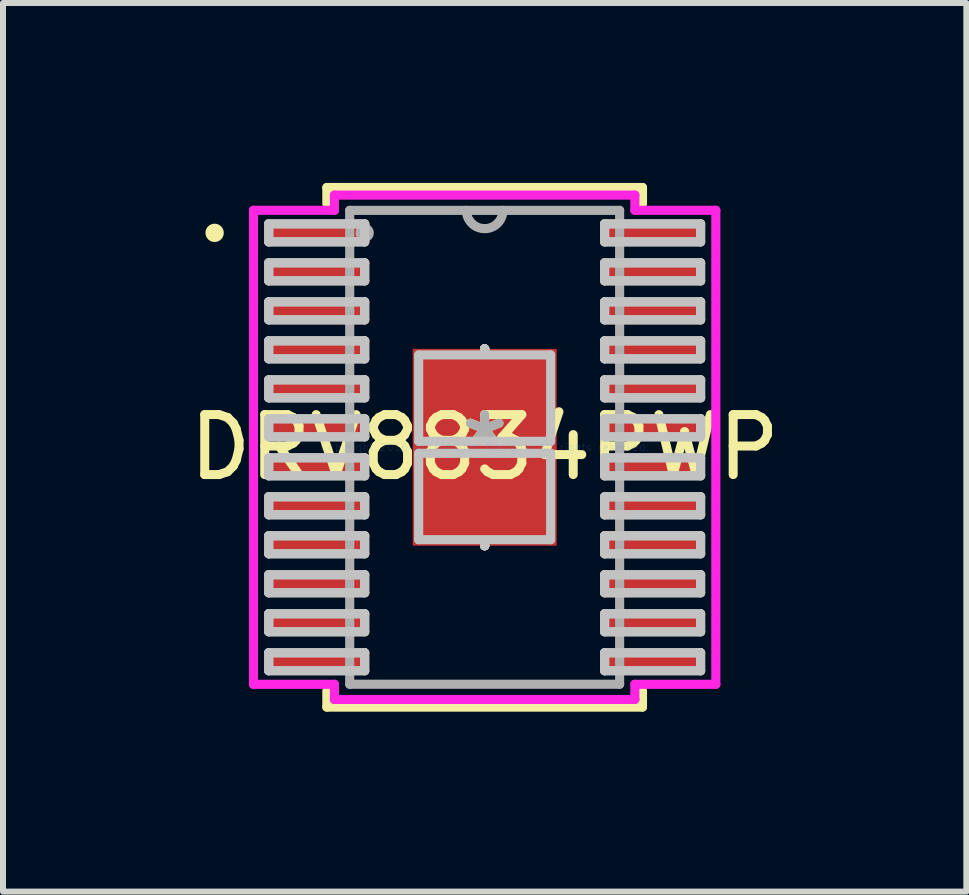
<source format=kicad_pcb>
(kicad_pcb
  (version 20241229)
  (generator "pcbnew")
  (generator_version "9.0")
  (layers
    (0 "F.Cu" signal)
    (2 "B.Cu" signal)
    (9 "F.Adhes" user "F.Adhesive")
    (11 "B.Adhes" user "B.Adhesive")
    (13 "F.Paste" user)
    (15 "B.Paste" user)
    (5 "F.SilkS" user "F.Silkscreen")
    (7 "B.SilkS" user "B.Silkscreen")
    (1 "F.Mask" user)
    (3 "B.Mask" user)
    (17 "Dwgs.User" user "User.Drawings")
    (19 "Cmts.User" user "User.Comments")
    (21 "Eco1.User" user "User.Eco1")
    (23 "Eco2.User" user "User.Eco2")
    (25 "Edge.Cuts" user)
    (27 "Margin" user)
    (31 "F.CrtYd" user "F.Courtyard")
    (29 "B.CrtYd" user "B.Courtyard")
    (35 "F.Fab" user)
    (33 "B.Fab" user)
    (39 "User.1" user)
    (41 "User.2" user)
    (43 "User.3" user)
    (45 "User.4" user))
  (footprint "DRV8834PWP"
    (layer "F.Cu")
    (at 5.03 4.407)
    (property "Reference" "DRV8834PWP" (at 0 0 0) (layer "F.SilkS") (effects (font (size 1 1) (thickness 0.15))))
    (attr through_hole)
    (fp_line (start -2.631 -4.331) (end -2.631 -4.058) (stroke (width 0.152) (type solid)) (layer "F.SilkS"))
    (fp_line (start -2.631 4.058) (end -2.631 4.331) (stroke (width 0.152) (type solid)) (layer "F.SilkS"))
    (fp_line (start -2.631 4.331) (end 2.631 4.331) (stroke (width 0.152) (type solid)) (layer "F.SilkS"))
    (fp_line (start 2.631 -4.331) (end -2.631 -4.331) (stroke (width 0.152) (type solid)) (layer "F.SilkS"))
    (fp_line (start 2.631 -4.058) (end 2.631 -4.331) (stroke (width 0.152) (type solid)) (layer "F.SilkS"))
    (fp_line (start 2.631 4.331) (end 2.631 4.058) (stroke (width 0.152) (type solid)) (layer "F.SilkS"))
    (fp_circle (center -4.502 -3.575) (end -4.425 -3.575) (stroke (width 0.152) (type solid)) (fill no) (layer "F.SilkS"))
    (fp_line (start -3.6 -3.725) (end -3.6 -3.425) (stroke (width 0.152) (type solid)) (layer "Dwgs.User"))
    (fp_line (start -3.6 -3.725) (end -3.6 -3.425) (stroke (width 0.152) (type solid)) (layer "Dwgs.User"))
    (fp_line (start -3.6 -3.425) (end -2 -3.425) (stroke (width 0.152) (type solid)) (layer "Dwgs.User"))
    (fp_line (start -3.6 -3.425) (end -2 -3.425) (stroke (width 0.152) (type solid)) (layer "Dwgs.User"))
    (fp_line (start -3.6 -3.075) (end -3.6 -2.775) (stroke (width 0.152) (type solid)) (layer "Dwgs.User"))
    (fp_line (start -3.6 -3.075) (end -3.6 -2.775) (stroke (width 0.152) (type solid)) (layer "Dwgs.User"))
    (fp_line (start -3.6 -2.775) (end -2 -2.775) (stroke (width 0.152) (type solid)) (layer "Dwgs.User"))
    (fp_line (start -3.6 -2.775) (end -2 -2.775) (stroke (width 0.152) (type solid)) (layer "Dwgs.User"))
    (fp_line (start -3.6 -2.425) (end -3.6 -2.125) (stroke (width 0.152) (type solid)) (layer "Dwgs.User"))
    (fp_line (start -3.6 -2.425) (end -3.6 -2.125) (stroke (width 0.152) (type solid)) (layer "Dwgs.User"))
    (fp_line (start -3.6 -2.125) (end -2 -2.125) (stroke (width 0.152) (type solid)) (layer "Dwgs.User"))
    (fp_line (start -3.6 -2.125) (end -2 -2.125) (stroke (width 0.152) (type solid)) (layer "Dwgs.User"))
    (fp_line (start -3.6 -1.775) (end -3.6 -1.475) (stroke (width 0.152) (type solid)) (layer "Dwgs.User"))
    (fp_line (start -3.6 -1.775) (end -3.6 -1.475) (stroke (width 0.152) (type solid)) (layer "Dwgs.User"))
    (fp_line (start -3.6 -1.475) (end -2 -1.475) (stroke (width 0.152) (type solid)) (layer "Dwgs.User"))
    (fp_line (start -3.6 -1.475) (end -2 -1.475) (stroke (width 0.152) (type solid)) (layer "Dwgs.User"))
    (fp_line (start -3.6 -1.125) (end -3.6 -0.825) (stroke (width 0.152) (type solid)) (layer "Dwgs.User"))
    (fp_line (start -3.6 -1.125) (end -3.6 -0.825) (stroke (width 0.152) (type solid)) (layer "Dwgs.User"))
    (fp_line (start -3.6 -0.825) (end -2 -0.825) (stroke (width 0.152) (type solid)) (layer "Dwgs.User"))
    (fp_line (start -3.6 -0.825) (end -2 -0.825) (stroke (width 0.152) (type solid)) (layer "Dwgs.User"))
    (fp_line (start -3.6 -0.475) (end -3.6 -0.175) (stroke (width 0.152) (type solid)) (layer "Dwgs.User"))
    (fp_line (start -3.6 -0.475) (end -3.6 -0.175) (stroke (width 0.152) (type solid)) (layer "Dwgs.User"))
    (fp_line (start -3.6 -0.175) (end -2 -0.175) (stroke (width 0.152) (type solid)) (layer "Dwgs.User"))
    (fp_line (start -3.6 -0.175) (end -2 -0.175) (stroke (width 0.152) (type solid)) (layer "Dwgs.User"))
    (fp_line (start -3.6 0.175) (end -3.6 0.475) (stroke (width 0.152) (type solid)) (layer "Dwgs.User"))
    (fp_line (start -3.6 0.175) (end -3.6 0.475) (stroke (width 0.152) (type solid)) (layer "Dwgs.User"))
    (fp_line (start -3.6 0.475) (end -2 0.475) (stroke (width 0.152) (type solid)) (layer "Dwgs.User"))
    (fp_line (start -3.6 0.475) (end -2 0.475) (stroke (width 0.152) (type solid)) (layer "Dwgs.User"))
    (fp_line (start -3.6 0.825) (end -3.6 1.125) (stroke (width 0.152) (type solid)) (layer "Dwgs.User"))
    (fp_line (start -3.6 0.825) (end -3.6 1.125) (stroke (width 0.152) (type solid)) (layer "Dwgs.User"))
    (fp_line (start -3.6 1.125) (end -2 1.125) (stroke (width 0.152) (type solid)) (layer "Dwgs.User"))
    (fp_line (start -3.6 1.125) (end -2 1.125) (stroke (width 0.152) (type solid)) (layer "Dwgs.User"))
    (fp_line (start -3.6 1.475) (end -3.6 1.775) (stroke (width 0.152) (type solid)) (layer "Dwgs.User"))
    (fp_line (start -3.6 1.475) (end -3.6 1.775) (stroke (width 0.152) (type solid)) (layer "Dwgs.User"))
    (fp_line (start -3.6 1.775) (end -2 1.775) (stroke (width 0.152) (type solid)) (layer "Dwgs.User"))
    (fp_line (start -3.6 1.775) (end -2 1.775) (stroke (width 0.152) (type solid)) (layer "Dwgs.User"))
    (fp_line (start -3.6 2.125) (end -3.6 2.425) (stroke (width 0.152) (type solid)) (layer "Dwgs.User"))
    (fp_line (start -3.6 2.125) (end -3.6 2.425) (stroke (width 0.152) (type solid)) (layer "Dwgs.User"))
    (fp_line (start -3.6 2.425) (end -2 2.425) (stroke (width 0.152) (type solid)) (layer "Dwgs.User"))
    (fp_line (start -3.6 2.425) (end -2 2.425) (stroke (width 0.152) (type solid)) (layer "Dwgs.User"))
    (fp_line (start -3.6 2.775) (end -3.6 3.075) (stroke (width 0.152) (type solid)) (layer "Dwgs.User"))
    (fp_line (start -3.6 2.775) (end -3.6 3.075) (stroke (width 0.152) (type solid)) (layer "Dwgs.User"))
    (fp_line (start -3.6 3.075) (end -2 3.075) (stroke (width 0.152) (type solid)) (layer "Dwgs.User"))
    (fp_line (start -3.6 3.075) (end -2 3.075) (stroke (width 0.152) (type solid)) (layer "Dwgs.User"))
    (fp_line (start -3.6 3.425) (end -3.6 3.725) (stroke (width 0.152) (type solid)) (layer "Dwgs.User"))
    (fp_line (start -3.6 3.425) (end -3.6 3.725) (stroke (width 0.152) (type solid)) (layer "Dwgs.User"))
    (fp_line (start -3.6 3.725) (end -2 3.725) (stroke (width 0.152) (type solid)) (layer "Dwgs.User"))
    (fp_line (start -3.6 3.725) (end -2 3.725) (stroke (width 0.152) (type solid)) (layer "Dwgs.User"))
    (fp_line (start -2 -3.725) (end -3.6 -3.725) (stroke (width 0.152) (type solid)) (layer "Dwgs.User"))
    (fp_line (start -2 -3.725) (end -3.6 -3.725) (stroke (width 0.152) (type solid)) (layer "Dwgs.User"))
    (fp_line (start -2 -3.425) (end -2 -3.725) (stroke (width 0.152) (type solid)) (layer "Dwgs.User"))
    (fp_line (start -2 -3.425) (end -2 -3.725) (stroke (width 0.152) (type solid)) (layer "Dwgs.User"))
    (fp_line (start -2 -3.075) (end -3.6 -3.075) (stroke (width 0.152) (type solid)) (layer "Dwgs.User"))
    (fp_line (start -2 -3.075) (end -3.6 -3.075) (stroke (width 0.152) (type solid)) (layer "Dwgs.User"))
    (fp_line (start -2 -2.775) (end -2 -3.075) (stroke (width 0.152) (type solid)) (layer "Dwgs.User"))
    (fp_line (start -2 -2.775) (end -2 -3.075) (stroke (width 0.152) (type solid)) (layer "Dwgs.User"))
    (fp_line (start -2 -2.425) (end -3.6 -2.425) (stroke (width 0.152) (type solid)) (layer "Dwgs.User"))
    (fp_line (start -2 -2.425) (end -3.6 -2.425) (stroke (width 0.152) (type solid)) (layer "Dwgs.User"))
    (fp_line (start -2 -2.125) (end -2 -2.425) (stroke (width 0.152) (type solid)) (layer "Dwgs.User"))
    (fp_line (start -2 -2.125) (end -2 -2.425) (stroke (width 0.152) (type solid)) (layer "Dwgs.User"))
    (fp_line (start -2 -1.775) (end -3.6 -1.775) (stroke (width 0.152) (type solid)) (layer "Dwgs.User"))
    (fp_line (start -2 -1.775) (end -3.6 -1.775) (stroke (width 0.152) (type solid)) (layer "Dwgs.User"))
    (fp_line (start -2 -1.475) (end -2 -1.775) (stroke (width 0.152) (type solid)) (layer "Dwgs.User"))
    (fp_line (start -2 -1.475) (end -2 -1.775) (stroke (width 0.152) (type solid)) (layer "Dwgs.User"))
    (fp_line (start -2 -1.125) (end -3.6 -1.125) (stroke (width 0.152) (type solid)) (layer "Dwgs.User"))
    (fp_line (start -2 -1.125) (end -3.6 -1.125) (stroke (width 0.152) (type solid)) (layer "Dwgs.User"))
    (fp_line (start -2 -0.825) (end -2 -1.125) (stroke (width 0.152) (type solid)) (layer "Dwgs.User"))
    (fp_line (start -2 -0.825) (end -2 -1.125) (stroke (width 0.152) (type solid)) (layer "Dwgs.User"))
    (fp_line (start -2 -0.475) (end -3.6 -0.475) (stroke (width 0.152) (type solid)) (layer "Dwgs.User"))
    (fp_line (start -2 -0.475) (end -3.6 -0.475) (stroke (width 0.152) (type solid)) (layer "Dwgs.User"))
    (fp_line (start -2 -0.175) (end -2 -0.475) (stroke (width 0.152) (type solid)) (layer "Dwgs.User"))
    (fp_line (start -2 -0.175) (end -2 -0.475) (stroke (width 0.152) (type solid)) (layer "Dwgs.User"))
    (fp_line (start -2 0.175) (end -3.6 0.175) (stroke (width 0.152) (type solid)) (layer "Dwgs.User"))
    (fp_line (start -2 0.175) (end -3.6 0.175) (stroke (width 0.152) (type solid)) (layer "Dwgs.User"))
    (fp_line (start -2 0.475) (end -2 0.175) (stroke (width 0.152) (type solid)) (layer "Dwgs.User"))
    (fp_line (start -2 0.475) (end -2 0.175) (stroke (width 0.152) (type solid)) (layer "Dwgs.User"))
    (fp_line (start -2 0.825) (end -3.6 0.825) (stroke (width 0.152) (type solid)) (layer "Dwgs.User"))
    (fp_line (start -2 0.825) (end -3.6 0.825) (stroke (width 0.152) (type solid)) (layer "Dwgs.User"))
    (fp_line (start -2 1.125) (end -2 0.825) (stroke (width 0.152) (type solid)) (layer "Dwgs.User"))
    (fp_line (start -2 1.125) (end -2 0.825) (stroke (width 0.152) (type solid)) (layer "Dwgs.User"))
    (fp_line (start -2 1.475) (end -3.6 1.475) (stroke (width 0.152) (type solid)) (layer "Dwgs.User"))
    (fp_line (start -2 1.475) (end -3.6 1.475) (stroke (width 0.152) (type solid)) (layer "Dwgs.User"))
    (fp_line (start -2 1.775) (end -2 1.475) (stroke (width 0.152) (type solid)) (layer "Dwgs.User"))
    (fp_line (start -2 1.775) (end -2 1.475) (stroke (width 0.152) (type solid)) (layer "Dwgs.User"))
    (fp_line (start -2 2.125) (end -3.6 2.125) (stroke (width 0.152) (type solid)) (layer "Dwgs.User"))
    (fp_line (start -2 2.125) (end -3.6 2.125) (stroke (width 0.152) (type solid)) (layer "Dwgs.User"))
    (fp_line (start -2 2.425) (end -2 2.125) (stroke (width 0.152) (type solid)) (layer "Dwgs.User"))
    (fp_line (start -2 2.425) (end -2 2.125) (stroke (width 0.152) (type solid)) (layer "Dwgs.User"))
    (fp_line (start -2 2.775) (end -3.6 2.775) (stroke (width 0.152) (type solid)) (layer "Dwgs.User"))
    (fp_line (start -2 2.775) (end -3.6 2.775) (stroke (width 0.152) (type solid)) (layer "Dwgs.User"))
    (fp_line (start -2 3.075) (end -2 2.775) (stroke (width 0.152) (type solid)) (layer "Dwgs.User"))
    (fp_line (start -2 3.075) (end -2 2.775) (stroke (width 0.152) (type solid)) (layer "Dwgs.User"))
    (fp_line (start -2 3.425) (end -3.6 3.425) (stroke (width 0.152) (type solid)) (layer "Dwgs.User"))
    (fp_line (start -2 3.425) (end -3.6 3.425) (stroke (width 0.152) (type solid)) (layer "Dwgs.User"))
    (fp_line (start -2 3.725) (end -2 3.425) (stroke (width 0.152) (type solid)) (layer "Dwgs.User"))
    (fp_line (start -2 3.725) (end -2 3.425) (stroke (width 0.152) (type solid)) (layer "Dwgs.User"))
    (fp_line (start -1.1 -1.54) (end -1.1 -0.1) (stroke (width 0.152) (type solid)) (layer "Dwgs.User"))
    (fp_line (start -1.1 -0.1) (end 1.1 -0.1) (stroke (width 0.152) (type solid)) (layer "Dwgs.User"))
    (fp_line (start -1.1 0.1) (end -1.1 1.54) (stroke (width 0.152) (type solid)) (layer "Dwgs.User"))
    (fp_line (start -1.1 1.54) (end 1.1 1.54) (stroke (width 0.152) (type solid)) (layer "Dwgs.User"))
    (fp_line (start 0 -1.64) (end 0 -1.64) (stroke (width 0.152) (type solid)) (layer "Dwgs.User"))
    (fp_line (start 0 -1.64) (end 0 -1.64) (stroke (width 0.152) (type solid)) (layer "Dwgs.User"))
    (fp_line (start 0 -1.64) (end 0 -1.64) (stroke (width 0.152) (type solid)) (layer "Dwgs.User"))
    (fp_line (start 0 -1.64) (end 0 -1.64) (stroke (width 0.152) (type solid)) (layer "Dwgs.User"))
    (fp_line (start 0 -1.64) (end 0 -1.64) (stroke (width 0.152) (type solid)) (layer "Dwgs.User"))
    (fp_line (start 0 -1.64) (end 0 -1.64) (stroke (width 0.152) (type solid)) (layer "Dwgs.User"))
    (fp_line (start 0 -1.64) (end 0 -1.64) (stroke (width 0.152) (type solid)) (layer "Dwgs.User"))
    (fp_line (start 0 -1.64) (end 0 -1.64) (stroke (width 0.152) (type solid)) (layer "Dwgs.User"))
    (fp_line (start 0 -1.64) (end 0 -1.64) (stroke (width 0.152) (type solid)) (layer "Dwgs.User"))
    (fp_line (start 0 -1.64) (end 0 -1.64) (stroke (width 0.152) (type solid)) (layer "Dwgs.User"))
    (fp_line (start 0 -1.64) (end 0 -1.64) (stroke (width 0.152) (type solid)) (layer "Dwgs.User"))
    (fp_line (start 0 -1.64) (end 0 -1.64) (stroke (width 0.152) (type solid)) (layer "Dwgs.User"))
    (fp_line (start 0 -1.64) (end 0 -1.64) (stroke (width 0.152) (type solid)) (layer "Dwgs.User"))
    (fp_line (start 0 -1.64) (end 0 -1.64) (stroke (width 0.152) (type solid)) (layer "Dwgs.User"))
    (fp_line (start 0 -1.64) (end 0 -1.64) (stroke (width 0.152) (type solid)) (layer "Dwgs.User"))
    (fp_line (start 0 -1.64) (end 0 -1.64) (stroke (width 0.152) (type solid)) (layer "Dwgs.User"))
    (fp_line (start 0 1.64) (end 0 1.64) (stroke (width 0.152) (type solid)) (layer "Dwgs.User"))
    (fp_line (start 0 1.64) (end 0 1.64) (stroke (width 0.152) (type solid)) (layer "Dwgs.User"))
    (fp_line (start 0 1.64) (end 0 1.64) (stroke (width 0.152) (type solid)) (layer "Dwgs.User"))
    (fp_line (start 0 1.64) (end 0 1.64) (stroke (width 0.152) (type solid)) (layer "Dwgs.User"))
    (fp_line (start 0 1.64) (end 0 1.64) (stroke (width 0.152) (type solid)) (layer "Dwgs.User"))
    (fp_line (start 0 1.64) (end 0 1.64) (stroke (width 0.152) (type solid)) (layer "Dwgs.User"))
    (fp_line (start 0 1.64) (end 0 1.64) (stroke (width 0.152) (type solid)) (layer "Dwgs.User"))
    (fp_line (start 0 1.64) (end 0 1.64) (stroke (width 0.152) (type solid)) (layer "Dwgs.User"))
    (fp_line (start 0 1.64) (end 0 1.64) (stroke (width 0.152) (type solid)) (layer "Dwgs.User"))
    (fp_line (start 0 1.64) (end 0 1.64) (stroke (width 0.152) (type solid)) (layer "Dwgs.User"))
    (fp_line (start 0 1.64) (end 0 1.64) (stroke (width 0.152) (type solid)) (layer "Dwgs.User"))
    (fp_line (start 0 1.64) (end 0 1.64) (stroke (width 0.152) (type solid)) (layer "Dwgs.User"))
    (fp_line (start 0 1.64) (end 0 1.64) (stroke (width 0.152) (type solid)) (layer "Dwgs.User"))
    (fp_line (start 0 1.64) (end 0 1.64) (stroke (width 0.152) (type solid)) (layer "Dwgs.User"))
    (fp_line (start 0 1.64) (end 0 1.64) (stroke (width 0.152) (type solid)) (layer "Dwgs.User"))
    (fp_line (start 0 1.64) (end 0 1.64) (stroke (width 0.152) (type solid)) (layer "Dwgs.User"))
    (fp_line (start 1.1 -1.54) (end -1.1 -1.54) (stroke (width 0.152) (type solid)) (layer "Dwgs.User"))
    (fp_line (start 1.1 -0.1) (end 1.1 -1.54) (stroke (width 0.152) (type solid)) (layer "Dwgs.User"))
    (fp_line (start 1.1 0.1) (end -1.1 0.1) (stroke (width 0.152) (type solid)) (layer "Dwgs.User"))
    (fp_line (start 1.1 1.54) (end 1.1 0.1) (stroke (width 0.152) (type solid)) (layer "Dwgs.User"))
    (fp_line (start 2 -3.725) (end 2 -3.425) (stroke (width 0.152) (type solid)) (layer "Dwgs.User"))
    (fp_line (start 2 -3.725) (end 2 -3.425) (stroke (width 0.152) (type solid)) (layer "Dwgs.User"))
    (fp_line (start 2 -3.425) (end 3.6 -3.425) (stroke (width 0.152) (type solid)) (layer "Dwgs.User"))
    (fp_line (start 2 -3.425) (end 3.6 -3.425) (stroke (width 0.152) (type solid)) (layer "Dwgs.User"))
    (fp_line (start 2 -3.075) (end 2 -2.775) (stroke (width 0.152) (type solid)) (layer "Dwgs.User"))
    (fp_line (start 2 -3.075) (end 2 -2.775) (stroke (width 0.152) (type solid)) (layer "Dwgs.User"))
    (fp_line (start 2 -2.775) (end 3.6 -2.775) (stroke (width 0.152) (type solid)) (layer "Dwgs.User"))
    (fp_line (start 2 -2.775) (end 3.6 -2.775) (stroke (width 0.152) (type solid)) (layer "Dwgs.User"))
    (fp_line (start 2 -2.425) (end 2 -2.125) (stroke (width 0.152) (type solid)) (layer "Dwgs.User"))
    (fp_line (start 2 -2.425) (end 2 -2.125) (stroke (width 0.152) (type solid)) (layer "Dwgs.User"))
    (fp_line (start 2 -2.125) (end 3.6 -2.125) (stroke (width 0.152) (type solid)) (layer "Dwgs.User"))
    (fp_line (start 2 -2.125) (end 3.6 -2.125) (stroke (width 0.152) (type solid)) (layer "Dwgs.User"))
    (fp_line (start 2 -1.775) (end 2 -1.475) (stroke (width 0.152) (type solid)) (layer "Dwgs.User"))
    (fp_line (start 2 -1.775) (end 2 -1.475) (stroke (width 0.152) (type solid)) (layer "Dwgs.User"))
    (fp_line (start 2 -1.475) (end 3.6 -1.475) (stroke (width 0.152) (type solid)) (layer "Dwgs.User"))
    (fp_line (start 2 -1.475) (end 3.6 -1.475) (stroke (width 0.152) (type solid)) (layer "Dwgs.User"))
    (fp_line (start 2 -1.125) (end 2 -0.825) (stroke (width 0.152) (type solid)) (layer "Dwgs.User"))
    (fp_line (start 2 -1.125) (end 2 -0.825) (stroke (width 0.152) (type solid)) (layer "Dwgs.User"))
    (fp_line (start 2 -0.825) (end 3.6 -0.825) (stroke (width 0.152) (type solid)) (layer "Dwgs.User"))
    (fp_line (start 2 -0.825) (end 3.6 -0.825) (stroke (width 0.152) (type solid)) (layer "Dwgs.User"))
    (fp_line (start 2 -0.475) (end 2 -0.175) (stroke (width 0.152) (type solid)) (layer "Dwgs.User"))
    (fp_line (start 2 -0.475) (end 2 -0.175) (stroke (width 0.152) (type solid)) (layer "Dwgs.User"))
    (fp_line (start 2 -0.175) (end 3.6 -0.175) (stroke (width 0.152) (type solid)) (layer "Dwgs.User"))
    (fp_line (start 2 -0.175) (end 3.6 -0.175) (stroke (width 0.152) (type solid)) (layer "Dwgs.User"))
    (fp_line (start 2 0.175) (end 2 0.475) (stroke (width 0.152) (type solid)) (layer "Dwgs.User"))
    (fp_line (start 2 0.175) (end 2 0.475) (stroke (width 0.152) (type solid)) (layer "Dwgs.User"))
    (fp_line (start 2 0.475) (end 3.6 0.475) (stroke (width 0.152) (type solid)) (layer "Dwgs.User"))
    (fp_line (start 2 0.475) (end 3.6 0.475) (stroke (width 0.152) (type solid)) (layer "Dwgs.User"))
    (fp_line (start 2 0.825) (end 2 1.125) (stroke (width 0.152) (type solid)) (layer "Dwgs.User"))
    (fp_line (start 2 0.825) (end 2 1.125) (stroke (width 0.152) (type solid)) (layer "Dwgs.User"))
    (fp_line (start 2 1.125) (end 3.6 1.125) (stroke (width 0.152) (type solid)) (layer "Dwgs.User"))
    (fp_line (start 2 1.125) (end 3.6 1.125) (stroke (width 0.152) (type solid)) (layer "Dwgs.User"))
    (fp_line (start 2 1.475) (end 2 1.775) (stroke (width 0.152) (type solid)) (layer "Dwgs.User"))
    (fp_line (start 2 1.475) (end 2 1.775) (stroke (width 0.152) (type solid)) (layer "Dwgs.User"))
    (fp_line (start 2 1.775) (end 3.6 1.775) (stroke (width 0.152) (type solid)) (layer "Dwgs.User"))
    (fp_line (start 2 1.775) (end 3.6 1.775) (stroke (width 0.152) (type solid)) (layer "Dwgs.User"))
    (fp_line (start 2 2.125) (end 2 2.425) (stroke (width 0.152) (type solid)) (layer "Dwgs.User"))
    (fp_line (start 2 2.125) (end 2 2.425) (stroke (width 0.152) (type solid)) (layer "Dwgs.User"))
    (fp_line (start 2 2.425) (end 3.6 2.425) (stroke (width 0.152) (type solid)) (layer "Dwgs.User"))
    (fp_line (start 2 2.425) (end 3.6 2.425) (stroke (width 0.152) (type solid)) (layer "Dwgs.User"))
    (fp_line (start 2 2.775) (end 2 3.075) (stroke (width 0.152) (type solid)) (layer "Dwgs.User"))
    (fp_line (start 2 2.775) (end 2 3.075) (stroke (width 0.152) (type solid)) (layer "Dwgs.User"))
    (fp_line (start 2 3.075) (end 3.6 3.075) (stroke (width 0.152) (type solid)) (layer "Dwgs.User"))
    (fp_line (start 2 3.075) (end 3.6 3.075) (stroke (width 0.152) (type solid)) (layer "Dwgs.User"))
    (fp_line (start 2 3.425) (end 2 3.725) (stroke (width 0.152) (type solid)) (layer "Dwgs.User"))
    (fp_line (start 2 3.425) (end 2 3.725) (stroke (width 0.152) (type solid)) (layer "Dwgs.User"))
    (fp_line (start 2 3.725) (end 3.6 3.725) (stroke (width 0.152) (type solid)) (layer "Dwgs.User"))
    (fp_line (start 2 3.725) (end 3.6 3.725) (stroke (width 0.152) (type solid)) (layer "Dwgs.User"))
    (fp_line (start 3.6 -3.725) (end 2 -3.725) (stroke (width 0.152) (type solid)) (layer "Dwgs.User"))
    (fp_line (start 3.6 -3.725) (end 2 -3.725) (stroke (width 0.152) (type solid)) (layer "Dwgs.User"))
    (fp_line (start 3.6 -3.425) (end 3.6 -3.725) (stroke (width 0.152) (type solid)) (layer "Dwgs.User"))
    (fp_line (start 3.6 -3.425) (end 3.6 -3.725) (stroke (width 0.152) (type solid)) (layer "Dwgs.User"))
    (fp_line (start 3.6 -3.075) (end 2 -3.075) (stroke (width 0.152) (type solid)) (layer "Dwgs.User"))
    (fp_line (start 3.6 -3.075) (end 2 -3.075) (stroke (width 0.152) (type solid)) (layer "Dwgs.User"))
    (fp_line (start 3.6 -2.775) (end 3.6 -3.075) (stroke (width 0.152) (type solid)) (layer "Dwgs.User"))
    (fp_line (start 3.6 -2.775) (end 3.6 -3.075) (stroke (width 0.152) (type solid)) (layer "Dwgs.User"))
    (fp_line (start 3.6 -2.425) (end 2 -2.425) (stroke (width 0.152) (type solid)) (layer "Dwgs.User"))
    (fp_line (start 3.6 -2.425) (end 2 -2.425) (stroke (width 0.152) (type solid)) (layer "Dwgs.User"))
    (fp_line (start 3.6 -2.125) (end 3.6 -2.425) (stroke (width 0.152) (type solid)) (layer "Dwgs.User"))
    (fp_line (start 3.6 -2.125) (end 3.6 -2.425) (stroke (width 0.152) (type solid)) (layer "Dwgs.User"))
    (fp_line (start 3.6 -1.775) (end 2 -1.775) (stroke (width 0.152) (type solid)) (layer "Dwgs.User"))
    (fp_line (start 3.6 -1.775) (end 2 -1.775) (stroke (width 0.152) (type solid)) (layer "Dwgs.User"))
    (fp_line (start 3.6 -1.475) (end 3.6 -1.775) (stroke (width 0.152) (type solid)) (layer "Dwgs.User"))
    (fp_line (start 3.6 -1.475) (end 3.6 -1.775) (stroke (width 0.152) (type solid)) (layer "Dwgs.User"))
    (fp_line (start 3.6 -1.125) (end 2 -1.125) (stroke (width 0.152) (type solid)) (layer "Dwgs.User"))
    (fp_line (start 3.6 -1.125) (end 2 -1.125) (stroke (width 0.152) (type solid)) (layer "Dwgs.User"))
    (fp_line (start 3.6 -0.825) (end 3.6 -1.125) (stroke (width 0.152) (type solid)) (layer "Dwgs.User"))
    (fp_line (start 3.6 -0.825) (end 3.6 -1.125) (stroke (width 0.152) (type solid)) (layer "Dwgs.User"))
    (fp_line (start 3.6 -0.475) (end 2 -0.475) (stroke (width 0.152) (type solid)) (layer "Dwgs.User"))
    (fp_line (start 3.6 -0.475) (end 2 -0.475) (stroke (width 0.152) (type solid)) (layer "Dwgs.User"))
    (fp_line (start 3.6 -0.175) (end 3.6 -0.475) (stroke (width 0.152) (type solid)) (layer "Dwgs.User"))
    (fp_line (start 3.6 -0.175) (end 3.6 -0.475) (stroke (width 0.152) (type solid)) (layer "Dwgs.User"))
    (fp_line (start 3.6 0.175) (end 2 0.175) (stroke (width 0.152) (type solid)) (layer "Dwgs.User"))
    (fp_line (start 3.6 0.175) (end 2 0.175) (stroke (width 0.152) (type solid)) (layer "Dwgs.User"))
    (fp_line (start 3.6 0.475) (end 3.6 0.175) (stroke (width 0.152) (type solid)) (layer "Dwgs.User"))
    (fp_line (start 3.6 0.475) (end 3.6 0.175) (stroke (width 0.152) (type solid)) (layer "Dwgs.User"))
    (fp_line (start 3.6 0.825) (end 2 0.825) (stroke (width 0.152) (type solid)) (layer "Dwgs.User"))
    (fp_line (start 3.6 0.825) (end 2 0.825) (stroke (width 0.152) (type solid)) (layer "Dwgs.User"))
    (fp_line (start 3.6 1.125) (end 3.6 0.825) (stroke (width 0.152) (type solid)) (layer "Dwgs.User"))
    (fp_line (start 3.6 1.125) (end 3.6 0.825) (stroke (width 0.152) (type solid)) (layer "Dwgs.User"))
    (fp_line (start 3.6 1.475) (end 2 1.475) (stroke (width 0.152) (type solid)) (layer "Dwgs.User"))
    (fp_line (start 3.6 1.475) (end 2 1.475) (stroke (width 0.152) (type solid)) (layer "Dwgs.User"))
    (fp_line (start 3.6 1.775) (end 3.6 1.475) (stroke (width 0.152) (type solid)) (layer "Dwgs.User"))
    (fp_line (start 3.6 1.775) (end 3.6 1.475) (stroke (width 0.152) (type solid)) (layer "Dwgs.User"))
    (fp_line (start 3.6 2.125) (end 2 2.125) (stroke (width 0.152) (type solid)) (layer "Dwgs.User"))
    (fp_line (start 3.6 2.125) (end 2 2.125) (stroke (width 0.152) (type solid)) (layer "Dwgs.User"))
    (fp_line (start 3.6 2.425) (end 3.6 2.125) (stroke (width 0.152) (type solid)) (layer "Dwgs.User"))
    (fp_line (start 3.6 2.425) (end 3.6 2.125) (stroke (width 0.152) (type solid)) (layer "Dwgs.User"))
    (fp_line (start 3.6 2.775) (end 2 2.775) (stroke (width 0.152) (type solid)) (layer "Dwgs.User"))
    (fp_line (start 3.6 2.775) (end 2 2.775) (stroke (width 0.152) (type solid)) (layer "Dwgs.User"))
    (fp_line (start 3.6 3.075) (end 3.6 2.775) (stroke (width 0.152) (type solid)) (layer "Dwgs.User"))
    (fp_line (start 3.6 3.075) (end 3.6 2.775) (stroke (width 0.152) (type solid)) (layer "Dwgs.User"))
    (fp_line (start 3.6 3.425) (end 2 3.425) (stroke (width 0.152) (type solid)) (layer "Dwgs.User"))
    (fp_line (start 3.6 3.425) (end 2 3.425) (stroke (width 0.152) (type solid)) (layer "Dwgs.User"))
    (fp_line (start 3.6 3.725) (end 3.6 3.425) (stroke (width 0.152) (type solid)) (layer "Dwgs.User"))
    (fp_line (start 3.6 3.725) (end 3.6 3.425) (stroke (width 0.152) (type solid)) (layer "Dwgs.User"))
    (fp_line (start -3.854 -3.951) (end -2.504 -3.951) (stroke (width 0.152) (type solid)) (layer "F.CrtYd"))
    (fp_line (start -3.854 3.951) (end -3.854 -3.951) (stroke (width 0.152) (type solid)) (layer "F.CrtYd"))
    (fp_line (start -2.504 -4.204) (end 2.504 -4.204) (stroke (width 0.152) (type solid)) (layer "F.CrtYd"))
    (fp_line (start -2.504 -3.951) (end -2.504 -4.204) (stroke (width 0.152) (type solid)) (layer "F.CrtYd"))
    (fp_line (start -2.504 3.951) (end -3.854 3.951) (stroke (width 0.152) (type solid)) (layer "F.CrtYd"))
    (fp_line (start -2.504 4.204) (end -2.504 3.951) (stroke (width 0.152) (type solid)) (layer "F.CrtYd"))
    (fp_line (start 2.504 -4.204) (end 2.504 -3.951) (stroke (width 0.152) (type solid)) (layer "F.CrtYd"))
    (fp_line (start 2.504 -3.951) (end 3.854 -3.951) (stroke (width 0.152) (type solid)) (layer "F.CrtYd"))
    (fp_line (start 2.504 3.951) (end 2.504 4.204) (stroke (width 0.152) (type solid)) (layer "F.CrtYd"))
    (fp_line (start 2.504 4.204) (end -2.504 4.204) (stroke (width 0.152) (type solid)) (layer "F.CrtYd"))
    (fp_line (start 3.854 -3.951) (end 3.854 3.951) (stroke (width 0.152) (type solid)) (layer "F.CrtYd"))
    (fp_line (start 3.854 3.951) (end 2.504 3.951) (stroke (width 0.152) (type solid)) (layer "F.CrtYd"))
    (fp_line (start -2.25 -3.95) (end -2.25 3.95) (stroke (width 0.152) (type solid)) (layer "F.Fab"))
    (fp_line (start -2.25 3.95) (end 2.25 3.95) (stroke (width 0.152) (type solid)) (layer "F.Fab"))
    (fp_line (start 2.25 -3.95) (end -2.25 -3.95) (stroke (width 0.152) (type solid)) (layer "F.Fab"))
    (fp_line (start 2.25 3.95) (end 2.25 -3.95) (stroke (width 0.152) (type solid)) (layer "F.Fab"))
    (fp_arc (start 0.3048 -3.95) (mid 0 -3.6452) (end -0.3048 -3.95) (stroke (width 0.1524) (type solid)) (layer "F.Fab"))
    (fp_circle (center -2 -3.575) (end -1.924 -3.575) (stroke (width 0.152) (type solid)) (fill no) (layer "F.Fab"))
    (fp_text user "*" (at 0 0 0) (layer "F.SilkS") (effects (font (size 1 1) (thickness 0.15))))
    (fp_text user "Copyright 2016 Accelerated Designs. All rights reserved." (at 0 0 0) (layer "Cmts.User") (effects (font (size 0.127 0.127) (thickness 0.002))))
    (fp_text user "*" (at 0 0 0) (layer "F.Fab") (effects (font (size 1 1) (thickness 0.15))))
    (pad "1" smd rect (at -2.8 -3.575) (size 1.6 0.3) (layers "F.Cu" "F.Mask" "F.Paste"))
    (pad "2" smd rect (at -2.8 -2.925) (size 1.6 0.3) (layers "F.Cu" "F.Mask" "F.Paste"))
    (pad "3" smd rect (at -2.8 -2.275) (size 1.6 0.3) (layers "F.Cu" "F.Mask" "F.Paste"))
    (pad "4" smd rect (at -2.8 -1.625) (size 1.6 0.3) (layers "F.Cu" "F.Mask" "F.Paste"))
    (pad "5" smd rect (at -2.8 -0.975) (size 1.6 0.3) (layers "F.Cu" "F.Mask" "F.Paste"))
    (pad "6" smd rect (at -2.8 -0.325) (size 1.6 0.3) (layers "F.Cu" "F.Mask" "F.Paste"))
    (pad "7" smd rect (at -2.8 0.325) (size 1.6 0.3) (layers "F.Cu" "F.Mask" "F.Paste"))
    (pad "8" smd rect (at -2.8 0.975) (size 1.6 0.3) (layers "F.Cu" "F.Mask" "F.Paste"))
    (pad "9" smd rect (at -2.8 1.625) (size 1.6 0.3) (layers "F.Cu" "F.Mask" "F.Paste"))
    (pad "10" smd rect (at -2.8 2.275) (size 1.6 0.3) (layers "F.Cu" "F.Mask" "F.Paste"))
    (pad "11" smd rect (at -2.8 2.925) (size 1.6 0.3) (layers "F.Cu" "F.Mask" "F.Paste"))
    (pad "12" smd rect (at -2.8 3.575) (size 1.6 0.3) (layers "F.Cu" "F.Mask" "F.Paste"))
    (pad "13" smd rect (at 2.8 3.575) (size 1.6 0.3) (layers "F.Cu" "F.Mask" "F.Paste"))
    (pad "14" smd rect (at 2.8 2.925) (size 1.6 0.3) (layers "F.Cu" "F.Mask" "F.Paste"))
    (pad "15" smd rect (at 2.8 2.275) (size 1.6 0.3) (layers "F.Cu" "F.Mask" "F.Paste"))
    (pad "16" smd rect (at 2.8 1.625) (size 1.6 0.3) (layers "F.Cu" "F.Mask" "F.Paste"))
    (pad "17" smd rect (at 2.8 0.975) (size 1.6 0.3) (layers "F.Cu" "F.Mask" "F.Paste"))
    (pad "18" smd rect (at 2.8 0.325) (size 1.6 0.3) (layers "F.Cu" "F.Mask" "F.Paste"))
    (pad "19" smd rect (at 2.8 -0.325) (size 1.6 0.3) (layers "F.Cu" "F.Mask" "F.Paste"))
    (pad "20" smd rect (at 2.8 -0.975) (size 1.6 0.3) (layers "F.Cu" "F.Mask" "F.Paste"))
    (pad "21" smd rect (at 2.8 -1.625) (size 1.6 0.3) (layers "F.Cu" "F.Mask" "F.Paste"))
    (pad "22" smd rect (at 2.8 -2.275) (size 1.6 0.3) (layers "F.Cu" "F.Mask" "F.Paste"))
    (pad "23" smd rect (at 2.8 -2.925) (size 1.6 0.3) (layers "F.Cu" "F.Mask" "F.Paste"))
    (pad "24" smd rect (at 2.8 -3.575) (size 1.6 0.3) (layers "F.Cu" "F.Mask" "F.Paste"))
    (pad "25" smd rect (at 0 0) (size 2.4 3.28) (layers "F.Cu" "F.Mask" "F.Paste")))
  (gr_rect
    (start -3 -3)
    (end 13.06 11.814)
    (stroke (width 0.1) (type default))
    (fill no)
    (layer "Edge.Cuts")))
</source>
